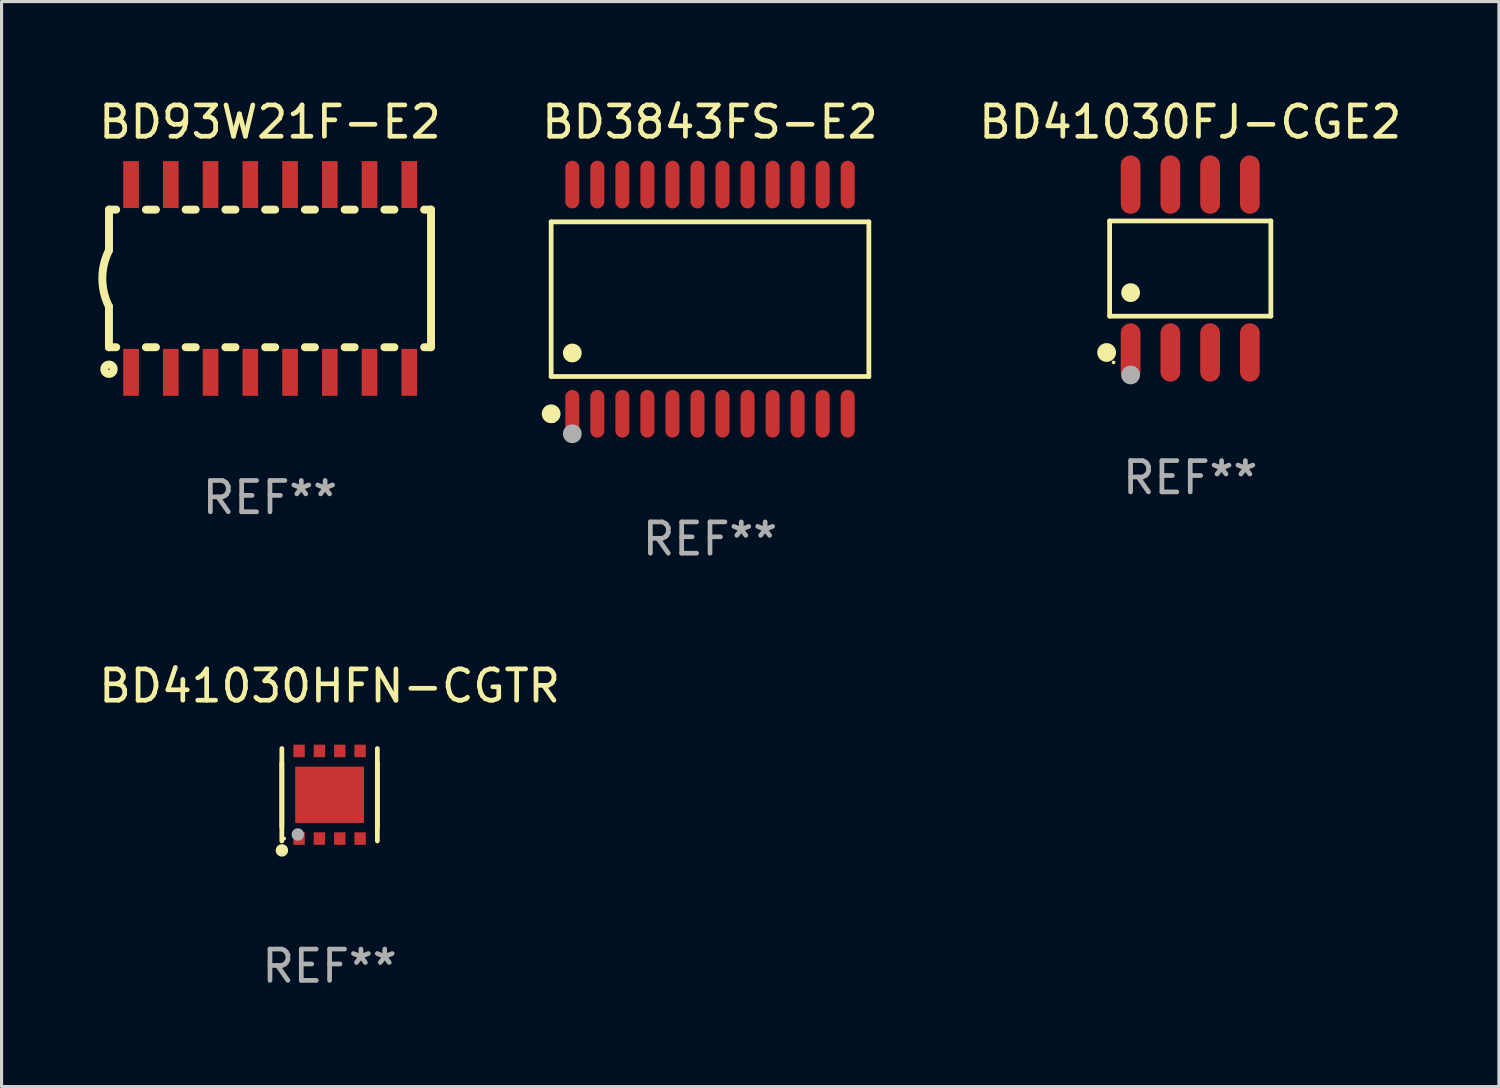
<source format=kicad_pcb>
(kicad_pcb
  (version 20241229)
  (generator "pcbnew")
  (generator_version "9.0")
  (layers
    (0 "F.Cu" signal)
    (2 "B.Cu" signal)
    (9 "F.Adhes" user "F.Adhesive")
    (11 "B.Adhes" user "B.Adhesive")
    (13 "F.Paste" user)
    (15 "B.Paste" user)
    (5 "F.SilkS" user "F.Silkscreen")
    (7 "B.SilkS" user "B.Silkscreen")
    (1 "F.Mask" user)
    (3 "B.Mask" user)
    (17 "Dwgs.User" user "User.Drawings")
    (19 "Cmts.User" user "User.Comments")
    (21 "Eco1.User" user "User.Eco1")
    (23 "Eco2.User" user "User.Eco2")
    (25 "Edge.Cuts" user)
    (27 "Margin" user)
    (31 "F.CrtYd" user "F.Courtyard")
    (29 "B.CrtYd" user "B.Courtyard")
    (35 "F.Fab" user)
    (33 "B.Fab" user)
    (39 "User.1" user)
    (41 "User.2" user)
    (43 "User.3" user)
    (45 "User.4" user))
  (footprint "BD3843FS-E2"
    (layer "F.Cu")
    (at 19.637 6.51)
    (property "Reference" "BD3843FS-E2" (at 0 -5.662 0) (layer "F.SilkS") (effects (font (size 1 1) (thickness 0.15))))
    (attr through_hole)
    (fp_line (start -5.076 -2.471) (end 5.076 -2.471) (stroke (width 0.152) (type solid)) (layer "F.SilkS"))
    (fp_line (start -5.076 2.471) (end -5.076 -2.471) (stroke (width 0.152) (type solid)) (layer "F.SilkS"))
    (fp_line (start 5.076 -2.471) (end 5.076 2.471) (stroke (width 0.152) (type solid)) (layer "F.SilkS"))
    (fp_line (start 5.076 2.471) (end -5.076 2.471) (stroke (width 0.152) (type solid)) (layer "F.SilkS"))
    (fp_circle (center -5.076 3.662) (end -4.926 3.662) (stroke (width 0.3) (type solid)) (fill no) (layer "F.SilkS"))
    (fp_circle (center -5 3.9) (end -4.97 3.9) (stroke (width 0.06) (type solid)) (fill no) (layer "F.SilkS"))
    (fp_circle (center -4.4 1.719) (end -4.25 1.719) (stroke (width 0.3) (type solid)) (fill no) (layer "F.SilkS"))
    (fp_circle (center -4.4 4.3) (end -4.25 4.3) (stroke (width 0.3) (type solid)) (fill no) (layer "F.Fab"))
    (fp_text user "REF**" (at 0 7.662 0) (layer "F.Fab") (effects (font (size 1 1) (thickness 0.15))))
    (pad "1" smd oval (at -4.4 3.662) (size 0.448 1.524) (layers "F.Cu" "F.Mask" "F.Paste"))
    (pad "2" smd oval (at -3.6 3.662) (size 0.448 1.524) (layers "F.Cu" "F.Mask" "F.Paste"))
    (pad "3" smd oval (at -2.8 3.662) (size 0.448 1.524) (layers "F.Cu" "F.Mask" "F.Paste"))
    (pad "4" smd oval (at -2 3.662) (size 0.448 1.524) (layers "F.Cu" "F.Mask" "F.Paste"))
    (pad "5" smd oval (at -1.2 3.662) (size 0.448 1.524) (layers "F.Cu" "F.Mask" "F.Paste"))
    (pad "6" smd oval (at -0.4 3.662) (size 0.448 1.524) (layers "F.Cu" "F.Mask" "F.Paste"))
    (pad "7" smd oval (at 0.4 3.662) (size 0.448 1.524) (layers "F.Cu" "F.Mask" "F.Paste"))
    (pad "8" smd oval (at 1.2 3.662) (size 0.448 1.524) (layers "F.Cu" "F.Mask" "F.Paste"))
    (pad "9" smd oval (at 2 3.662) (size 0.448 1.524) (layers "F.Cu" "F.Mask" "F.Paste"))
    (pad "10" smd oval (at 2.8 3.662) (size 0.448 1.524) (layers "F.Cu" "F.Mask" "F.Paste"))
    (pad "11" smd oval (at 3.6 3.662) (size 0.448 1.524) (layers "F.Cu" "F.Mask" "F.Paste"))
    (pad "12" smd oval (at 4.4 3.662) (size 0.448 1.524) (layers "F.Cu" "F.Mask" "F.Paste"))
    (pad "13" smd oval (at 4.4 -3.662) (size 0.448 1.524) (layers "F.Cu" "F.Mask" "F.Paste"))
    (pad "14" smd oval (at 3.6 -3.662) (size 0.448 1.524) (layers "F.Cu" "F.Mask" "F.Paste"))
    (pad "15" smd oval (at 2.8 -3.662) (size 0.448 1.524) (layers "F.Cu" "F.Mask" "F.Paste"))
    (pad "16" smd oval (at 2 -3.662) (size 0.448 1.524) (layers "F.Cu" "F.Mask" "F.Paste"))
    (pad "17" smd oval (at 1.2 -3.662) (size 0.448 1.524) (layers "F.Cu" "F.Mask" "F.Paste"))
    (pad "18" smd oval (at 0.4 -3.662) (size 0.448 1.524) (layers "F.Cu" "F.Mask" "F.Paste"))
    (pad "19" smd oval (at -0.4 -3.662) (size 0.448 1.524) (layers "F.Cu" "F.Mask" "F.Paste"))
    (pad "20" smd oval (at -1.2 -3.662) (size 0.448 1.524) (layers "F.Cu" "F.Mask" "F.Paste"))
    (pad "21" smd oval (at -2 -3.662) (size 0.448 1.524) (layers "F.Cu" "F.Mask" "F.Paste"))
    (pad "22" smd oval (at -2.8 -3.662) (size 0.448 1.524) (layers "F.Cu" "F.Mask" "F.Paste"))
    (pad "23" smd oval (at -3.6 -3.662) (size 0.448 1.524) (layers "F.Cu" "F.Mask" "F.Paste"))
    (pad "24" smd oval (at -4.4 -3.662) (size 0.448 1.524) (layers "F.Cu" "F.Mask" "F.Paste")))
  (footprint "BD41030FJ-CGE2"
    (layer "F.Cu")
    (at 34.982 5.531)
    (property "Reference" "BD41030FJ-CGE2" (at 0 -4.682 0) (layer "F.SilkS") (effects (font (size 1 1) (thickness 0.15))))
    (attr through_hole)
    (fp_line (start -2.576 -1.521) (end 2.576 -1.521) (stroke (width 0.152) (type solid)) (layer "F.SilkS"))
    (fp_line (start -2.576 1.521) (end -2.576 -1.521) (stroke (width 0.152) (type solid)) (layer "F.SilkS"))
    (fp_line (start 2.576 -1.521) (end 2.576 1.521) (stroke (width 0.152) (type solid)) (layer "F.SilkS"))
    (fp_line (start 2.576 1.521) (end -2.576 1.521) (stroke (width 0.152) (type solid)) (layer "F.SilkS"))
    (fp_circle (center -2.672 2.682) (end -2.522 2.682) (stroke (width 0.3) (type solid)) (fill no) (layer "F.SilkS"))
    (fp_circle (center -2.45 3) (end -2.42 3) (stroke (width 0.06) (type solid)) (fill no) (layer "F.SilkS"))
    (fp_circle (center -1.905 0.769) (end -1.755 0.769) (stroke (width 0.3) (type solid)) (fill no) (layer "F.SilkS"))
    (fp_circle (center -1.905 3.4) (end -1.755 3.4) (stroke (width 0.3) (type solid)) (fill no) (layer "F.Fab"))
    (fp_text user "REF**" (at 0 6.682 0) (layer "F.Fab") (effects (font (size 1 1) (thickness 0.15))))
    (pad "1" smd oval (at -1.905 2.682) (size 0.63 1.865) (layers "F.Cu" "F.Mask" "F.Paste"))
    (pad "2" smd oval (at -0.635 2.682) (size 0.63 1.865) (layers "F.Cu" "F.Mask" "F.Paste"))
    (pad "3" smd oval (at 0.635 2.682) (size 0.63 1.865) (layers "F.Cu" "F.Mask" "F.Paste"))
    (pad "4" smd oval (at 1.905 2.682) (size 0.63 1.865) (layers "F.Cu" "F.Mask" "F.Paste"))
    (pad "5" smd oval (at 1.905 -2.682) (size 0.63 1.865) (layers "F.Cu" "F.Mask" "F.Paste"))
    (pad "6" smd oval (at 0.635 -2.682) (size 0.63 1.865) (layers "F.Cu" "F.Mask" "F.Paste"))
    (pad "7" smd oval (at -0.635 -2.682) (size 0.63 1.865) (layers "F.Cu" "F.Mask" "F.Paste"))
    (pad "8" smd oval (at -1.905 -2.682) (size 0.63 1.865) (layers "F.Cu" "F.Mask" "F.Paste")))
  (footprint "BD93W21F-E2"
    (layer "F.Cu")
    (at 5.577 5.848)
    (property "Reference" "BD93W21F-E2" (at 0 -5 0) (layer "F.SilkS") (effects (font (size 1 1) (thickness 0.15))))
    (attr through_hole)
    (fp_line (start -5.146 0.898) (end -5.146 2.197) (stroke (width 0.254) (type solid)) (layer "F.SilkS"))
    (fp_line (start -5.146 2.197) (end -4.914 2.197) (stroke (width 0.254) (type solid)) (layer "F.SilkS"))
    (fp_line (start -5.144 -2.2) (end -5.144 -0.9) (stroke (width 0.254) (type solid)) (layer "F.SilkS"))
    (fp_line (start -5.144 -2.2) (end -4.915 -2.2) (stroke (width 0.254) (type solid)) (layer "F.SilkS"))
    (fp_line (start -3.964 2.197) (end -3.644 2.197) (stroke (width 0.254) (type solid)) (layer "F.SilkS"))
    (fp_line (start -3.964 -2.2) (end -3.645 -2.2) (stroke (width 0.254) (type solid)) (layer "F.SilkS"))
    (fp_line (start -2.694 2.197) (end -2.374 2.197) (stroke (width 0.254) (type solid)) (layer "F.SilkS"))
    (fp_line (start -2.694 -2.2) (end -2.375 -2.2) (stroke (width 0.254) (type solid)) (layer "F.SilkS"))
    (fp_line (start -1.424 2.197) (end -1.104 2.197) (stroke (width 0.254) (type solid)) (layer "F.SilkS"))
    (fp_line (start -1.424 -2.2) (end -1.105 -2.2) (stroke (width 0.254) (type solid)) (layer "F.SilkS"))
    (fp_line (start -0.154 2.197) (end 0.166 2.197) (stroke (width 0.254) (type solid)) (layer "F.SilkS"))
    (fp_line (start -0.154 -2.2) (end 0.165 -2.2) (stroke (width 0.254) (type solid)) (layer "F.SilkS"))
    (fp_line (start 1.116 2.197) (end 1.436 2.197) (stroke (width 0.254) (type solid)) (layer "F.SilkS"))
    (fp_line (start 1.116 -2.2) (end 1.435 -2.2) (stroke (width 0.254) (type solid)) (layer "F.SilkS"))
    (fp_line (start 2.386 2.197) (end 2.706 2.197) (stroke (width 0.254) (type solid)) (layer "F.SilkS"))
    (fp_line (start 2.386 -2.2) (end 2.705 -2.2) (stroke (width 0.254) (type solid)) (layer "F.SilkS"))
    (fp_line (start 3.656 2.197) (end 3.976 2.197) (stroke (width 0.254) (type solid)) (layer "F.SilkS"))
    (fp_line (start 3.656 -2.2) (end 3.975 -2.2) (stroke (width 0.254) (type solid)) (layer "F.SilkS"))
    (fp_line (start 4.926 2.197) (end 5.106 2.197) (stroke (width 0.254) (type solid)) (layer "F.SilkS"))
    (fp_line (start 4.926 -2.2) (end 5.146 -2.2) (stroke (width 0.254) (type solid)) (layer "F.SilkS"))
    (fp_line (start 5.146 -2.2) (end 5.146 2.2) (stroke (width 0.254) (type solid)) (layer "F.SilkS"))
    (fp_arc (start -5.144399 0.899796) (mid -5.356842 -0.000127) (end -5.144399 -0.900051) (stroke (width 0.254001) (type solid)) (layer "F.SilkS"))
    (fp_circle (center -5.144 2.9) (end -4.994 2.9) (stroke (width 0.254) (type solid)) (fill no) (layer "F.SilkS"))
    (fp_text user "REF**" (at 0 7 0) (layer "F.Fab") (effects (font (size 1 1) (thickness 0.15))))
    (pad "1" smd rect (at -4.439 3 90) (size 1.5 0.5) (layers "F.Cu" "F.Mask" "F.Paste"))
    (pad "2" smd rect (at -3.169 3 90) (size 1.5 0.5) (layers "F.Cu" "F.Mask" "F.Paste"))
    (pad "3" smd rect (at -1.899 3 90) (size 1.5 0.5) (layers "F.Cu" "F.Mask" "F.Paste"))
    (pad "4" smd rect (at -0.629 3 90) (size 1.5 0.5) (layers "F.Cu" "F.Mask" "F.Paste"))
    (pad "5" smd rect (at 0.641 3 90) (size 1.5 0.5) (layers "F.Cu" "F.Mask" "F.Paste"))
    (pad "6" smd rect (at 1.911 3 90) (size 1.5 0.5) (layers "F.Cu" "F.Mask" "F.Paste"))
    (pad "7" smd rect (at 3.181 3 90) (size 1.5 0.5) (layers "F.Cu" "F.Mask" "F.Paste"))
    (pad "8" smd rect (at 4.451 3 90) (size 1.5 0.5) (layers "F.Cu" "F.Mask" "F.Paste"))
    (pad "9" smd rect (at 4.451 -3 90) (size 1.5 0.5) (layers "F.Cu" "F.Mask" "F.Paste"))
    (pad "10" smd rect (at 3.181 -3 90) (size 1.5 0.5) (layers "F.Cu" "F.Mask" "F.Paste"))
    (pad "11" smd rect (at 1.911 -3 90) (size 1.5 0.5) (layers "F.Cu" "F.Mask" "F.Paste"))
    (pad "12" smd rect (at 0.641 -3 90) (size 1.5 0.5) (layers "F.Cu" "F.Mask" "F.Paste"))
    (pad "13" smd rect (at -0.629 -3 90) (size 1.5 0.5) (layers "F.Cu" "F.Mask" "F.Paste"))
    (pad "14" smd rect (at -1.899 -3 90) (size 1.5 0.5) (layers "F.Cu" "F.Mask" "F.Paste"))
    (pad "15" smd rect (at -3.169 -3 90) (size 1.5 0.5) (layers "F.Cu" "F.Mask" "F.Paste"))
    (pad "16" smd rect (at -4.439 -3 90) (size 1.5 0.5) (layers "F.Cu" "F.Mask" "F.Paste")))
  (footprint "BD41030HFN-CGTR"
    (layer "F.Cu")
    (at 7.482 22.345)
    (property "Reference" "BD41030HFN-CGTR" (at 0 -3.476 0) (layer "F.SilkS") (effects (font (size 1 1) (thickness 0.15))))
    (attr through_hole)
    (fp_line (start -1.526 -1.476) (end -1.526 1.023) (stroke (width 0.152) (type solid)) (layer "F.SilkS"))
    (fp_line (start -1.526 1.476) (end -1.526 -1.023) (stroke (width 0.152) (type solid)) (layer "F.SilkS"))
    (fp_line (start 1.526 -1.476) (end 1.526 1.023) (stroke (width 0.152) (type solid)) (layer "F.SilkS"))
    (fp_line (start 1.526 1.476) (end 1.526 -1.023) (stroke (width 0.152) (type solid)) (layer "F.SilkS"))
    (fp_circle (center -1.524 1.778) (end -1.424 1.778) (stroke (width 0.2) (type solid)) (fill no) (layer "F.SilkS"))
    (fp_circle (center -1.45 1.4) (end -1.42 1.4) (stroke (width 0.06) (type solid)) (fill no) (layer "F.SilkS"))
    (fp_circle (center -1.016 1.27) (end -0.916 1.27) (stroke (width 0.2) (type solid)) (fill no) (layer "F.Fab"))
    (fp_text user "REF**" (at 0 5.476 0) (layer "F.Fab") (effects (font (size 1 1) (thickness 0.15))))
    (pad "1" smd rect (at -0.975 1.4) (size 0.364 0.4) (layers "F.Cu" "F.Mask" "F.Paste"))
    (pad "2" smd rect (at -0.325 1.4) (size 0.364 0.4) (layers "F.Cu" "F.Mask" "F.Paste"))
    (pad "3" smd rect (at 0.325 1.4) (size 0.364 0.4) (layers "F.Cu" "F.Mask" "F.Paste"))
    (pad "4" smd rect (at 0.975 1.4) (size 0.364 0.4) (layers "F.Cu" "F.Mask" "F.Paste"))
    (pad "5" smd rect (at 0.975 -1.4) (size 0.364 0.4) (layers "F.Cu" "F.Mask" "F.Paste"))
    (pad "6" smd rect (at 0.325 -1.4) (size 0.364 0.4) (layers "F.Cu" "F.Mask" "F.Paste"))
    (pad "7" smd rect (at -0.325 -1.4) (size 0.364 0.4) (layers "F.Cu" "F.Mask" "F.Paste"))
    (pad "8" smd rect (at -0.975 -1.4) (size 0.364 0.4) (layers "F.Cu" "F.Mask" "F.Paste"))
    (pad "9" smd rect (at -0.000013 0) (size 2.2 1.8) (layers "F.Cu" "F.Mask" "F.Paste")))
  (gr_rect
    (start -3 -3)
    (end 44.845 31.669)
    (stroke (width 0.1) (type default))
    (fill no)
    (layer "Edge.Cuts")))
</source>
